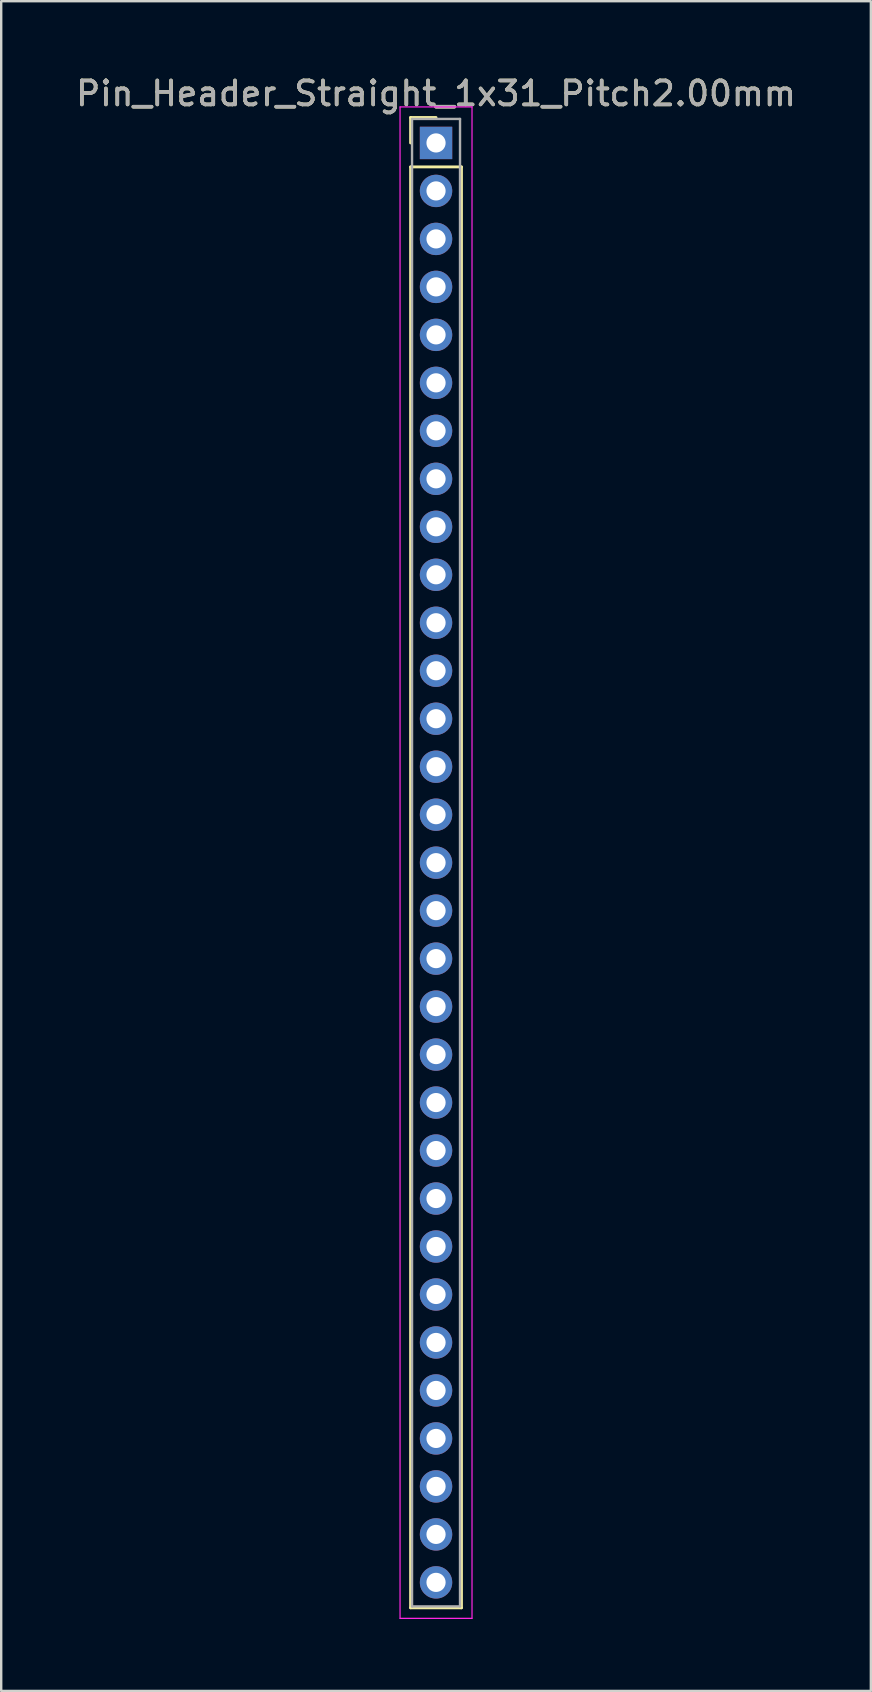
<source format=kicad_pcb>
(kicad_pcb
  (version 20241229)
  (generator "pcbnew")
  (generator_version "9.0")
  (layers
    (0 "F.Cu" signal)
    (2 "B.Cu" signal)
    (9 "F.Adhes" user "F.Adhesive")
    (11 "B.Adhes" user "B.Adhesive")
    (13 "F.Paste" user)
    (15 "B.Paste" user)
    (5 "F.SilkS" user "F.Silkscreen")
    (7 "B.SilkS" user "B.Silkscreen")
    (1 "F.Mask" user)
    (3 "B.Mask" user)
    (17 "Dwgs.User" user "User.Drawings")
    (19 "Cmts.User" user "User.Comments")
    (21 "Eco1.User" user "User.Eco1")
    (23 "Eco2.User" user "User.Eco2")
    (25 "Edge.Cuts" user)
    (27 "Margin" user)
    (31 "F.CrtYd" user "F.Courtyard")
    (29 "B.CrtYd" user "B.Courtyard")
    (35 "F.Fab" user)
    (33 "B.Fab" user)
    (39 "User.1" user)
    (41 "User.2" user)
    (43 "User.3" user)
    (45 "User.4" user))
  (footprint "Pin_Header_Straight_1x31_Pitch2.00mm"
    (layer "F.Cu")
    (at 15.125 2.908)
    (property "Reference" "Pin_Header_Straight_1x31_Pitch2.00mm" (at 0 -2.06 0) (layer "F.SilkS") (effects (font (size 1 1) (thickness 0.15))))
    (attr through_hole)
    (fp_line (start -1.06 -1.06) (end 0 -1.06) (stroke (width 0.12) (type solid)) (layer "F.SilkS"))
    (fp_line (start -1.06 0) (end -1.06 -1.06) (stroke (width 0.12) (type solid)) (layer "F.SilkS"))
    (fp_line (start -1.06 1) (end -1.06 61.06) (stroke (width 0.12) (type solid)) (layer "F.SilkS"))
    (fp_line (start -1.06 61.06) (end 1.06 61.06) (stroke (width 0.12) (type solid)) (layer "F.SilkS"))
    (fp_line (start 1.06 1) (end -1.06 1) (stroke (width 0.12) (type solid)) (layer "F.SilkS"))
    (fp_line (start 1.06 61.06) (end 1.06 1) (stroke (width 0.12) (type solid)) (layer "F.SilkS"))
    (fp_line (start -1.5 -1.5) (end -1.5 61.5) (stroke (width 0.05) (type solid)) (layer "F.CrtYd"))
    (fp_line (start -1.5 61.5) (end 1.5 61.5) (stroke (width 0.05) (type solid)) (layer "F.CrtYd"))
    (fp_line (start 1.5 -1.5) (end -1.5 -1.5) (stroke (width 0.05) (type solid)) (layer "F.CrtYd"))
    (fp_line (start 1.5 61.5) (end 1.5 -1.5) (stroke (width 0.05) (type solid)) (layer "F.CrtYd"))
    (fp_line (start -1 -1) (end -1 61) (stroke (width 0.1) (type solid)) (layer "F.Fab"))
    (fp_line (start -1 61) (end 1 61) (stroke (width 0.1) (type solid)) (layer "F.Fab"))
    (fp_line (start 1 -1) (end -1 -1) (stroke (width 0.1) (type solid)) (layer "F.Fab"))
    (fp_line (start 1 61) (end 1 -1) (stroke (width 0.1) (type solid)) (layer "F.Fab"))
    (fp_text user "${REFERENCE}" (at 0 -2.06 0) (layer "F.Fab") (effects (font (size 1 1) (thickness 0.15))))
    (pad "1" thru_hole rect (at 0 0) (size 1.35 1.35) (drill 0.8) (layers "*.Cu" "*.Mask"))
    (pad "2" thru_hole oval (at 0 2) (size 1.35 1.35) (drill 0.8) (layers "*.Cu" "*.Mask"))
    (pad "3" thru_hole oval (at 0 4) (size 1.35 1.35) (drill 0.8) (layers "*.Cu" "*.Mask"))
    (pad "4" thru_hole oval (at 0 6) (size 1.35 1.35) (drill 0.8) (layers "*.Cu" "*.Mask"))
    (pad "5" thru_hole oval (at 0 8) (size 1.35 1.35) (drill 0.8) (layers "*.Cu" "*.Mask"))
    (pad "6" thru_hole oval (at 0 10) (size 1.35 1.35) (drill 0.8) (layers "*.Cu" "*.Mask"))
    (pad "7" thru_hole oval (at 0 12) (size 1.35 1.35) (drill 0.8) (layers "*.Cu" "*.Mask"))
    (pad "8" thru_hole oval (at 0 14) (size 1.35 1.35) (drill 0.8) (layers "*.Cu" "*.Mask"))
    (pad "9" thru_hole oval (at 0 16) (size 1.35 1.35) (drill 0.8) (layers "*.Cu" "*.Mask"))
    (pad "10" thru_hole oval (at 0 18) (size 1.35 1.35) (drill 0.8) (layers "*.Cu" "*.Mask"))
    (pad "11" thru_hole oval (at 0 20) (size 1.35 1.35) (drill 0.8) (layers "*.Cu" "*.Mask"))
    (pad "12" thru_hole oval (at 0 22) (size 1.35 1.35) (drill 0.8) (layers "*.Cu" "*.Mask"))
    (pad "13" thru_hole oval (at 0 24) (size 1.35 1.35) (drill 0.8) (layers "*.Cu" "*.Mask"))
    (pad "14" thru_hole oval (at 0 26) (size 1.35 1.35) (drill 0.8) (layers "*.Cu" "*.Mask"))
    (pad "15" thru_hole oval (at 0 28) (size 1.35 1.35) (drill 0.8) (layers "*.Cu" "*.Mask"))
    (pad "16" thru_hole oval (at 0 30) (size 1.35 1.35) (drill 0.8) (layers "*.Cu" "*.Mask"))
    (pad "17" thru_hole oval (at 0 32) (size 1.35 1.35) (drill 0.8) (layers "*.Cu" "*.Mask"))
    (pad "18" thru_hole oval (at 0 34) (size 1.35 1.35) (drill 0.8) (layers "*.Cu" "*.Mask"))
    (pad "19" thru_hole oval (at 0 36) (size 1.35 1.35) (drill 0.8) (layers "*.Cu" "*.Mask"))
    (pad "20" thru_hole oval (at 0 38) (size 1.35 1.35) (drill 0.8) (layers "*.Cu" "*.Mask"))
    (pad "21" thru_hole oval (at 0 40) (size 1.35 1.35) (drill 0.8) (layers "*.Cu" "*.Mask"))
    (pad "22" thru_hole oval (at 0 42) (size 1.35 1.35) (drill 0.8) (layers "*.Cu" "*.Mask"))
    (pad "23" thru_hole oval (at 0 44) (size 1.35 1.35) (drill 0.8) (layers "*.Cu" "*.Mask"))
    (pad "24" thru_hole oval (at 0 46) (size 1.35 1.35) (drill 0.8) (layers "*.Cu" "*.Mask"))
    (pad "25" thru_hole oval (at 0 48) (size 1.35 1.35) (drill 0.8) (layers "*.Cu" "*.Mask"))
    (pad "26" thru_hole oval (at 0 50) (size 1.35 1.35) (drill 0.8) (layers "*.Cu" "*.Mask"))
    (pad "27" thru_hole oval (at 0 52) (size 1.35 1.35) (drill 0.8) (layers "*.Cu" "*.Mask"))
    (pad "28" thru_hole oval (at 0 54) (size 1.35 1.35) (drill 0.8) (layers "*.Cu" "*.Mask"))
    (pad "29" thru_hole oval (at 0 56) (size 1.35 1.35) (drill 0.8) (layers "*.Cu" "*.Mask"))
    (pad "30" thru_hole oval (at 0 58) (size 1.35 1.35) (drill 0.8) (layers "*.Cu" "*.Mask"))
    (pad "31" thru_hole oval (at 0 60) (size 1.35 1.35) (drill 0.8) (layers "*.Cu" "*.Mask")))
  (gr_rect
    (start -3 -3)
    (end 33.25 67.433)
    (stroke (width 0.1) (type default))
    (fill no)
    (layer "Edge.Cuts")))
</source>
